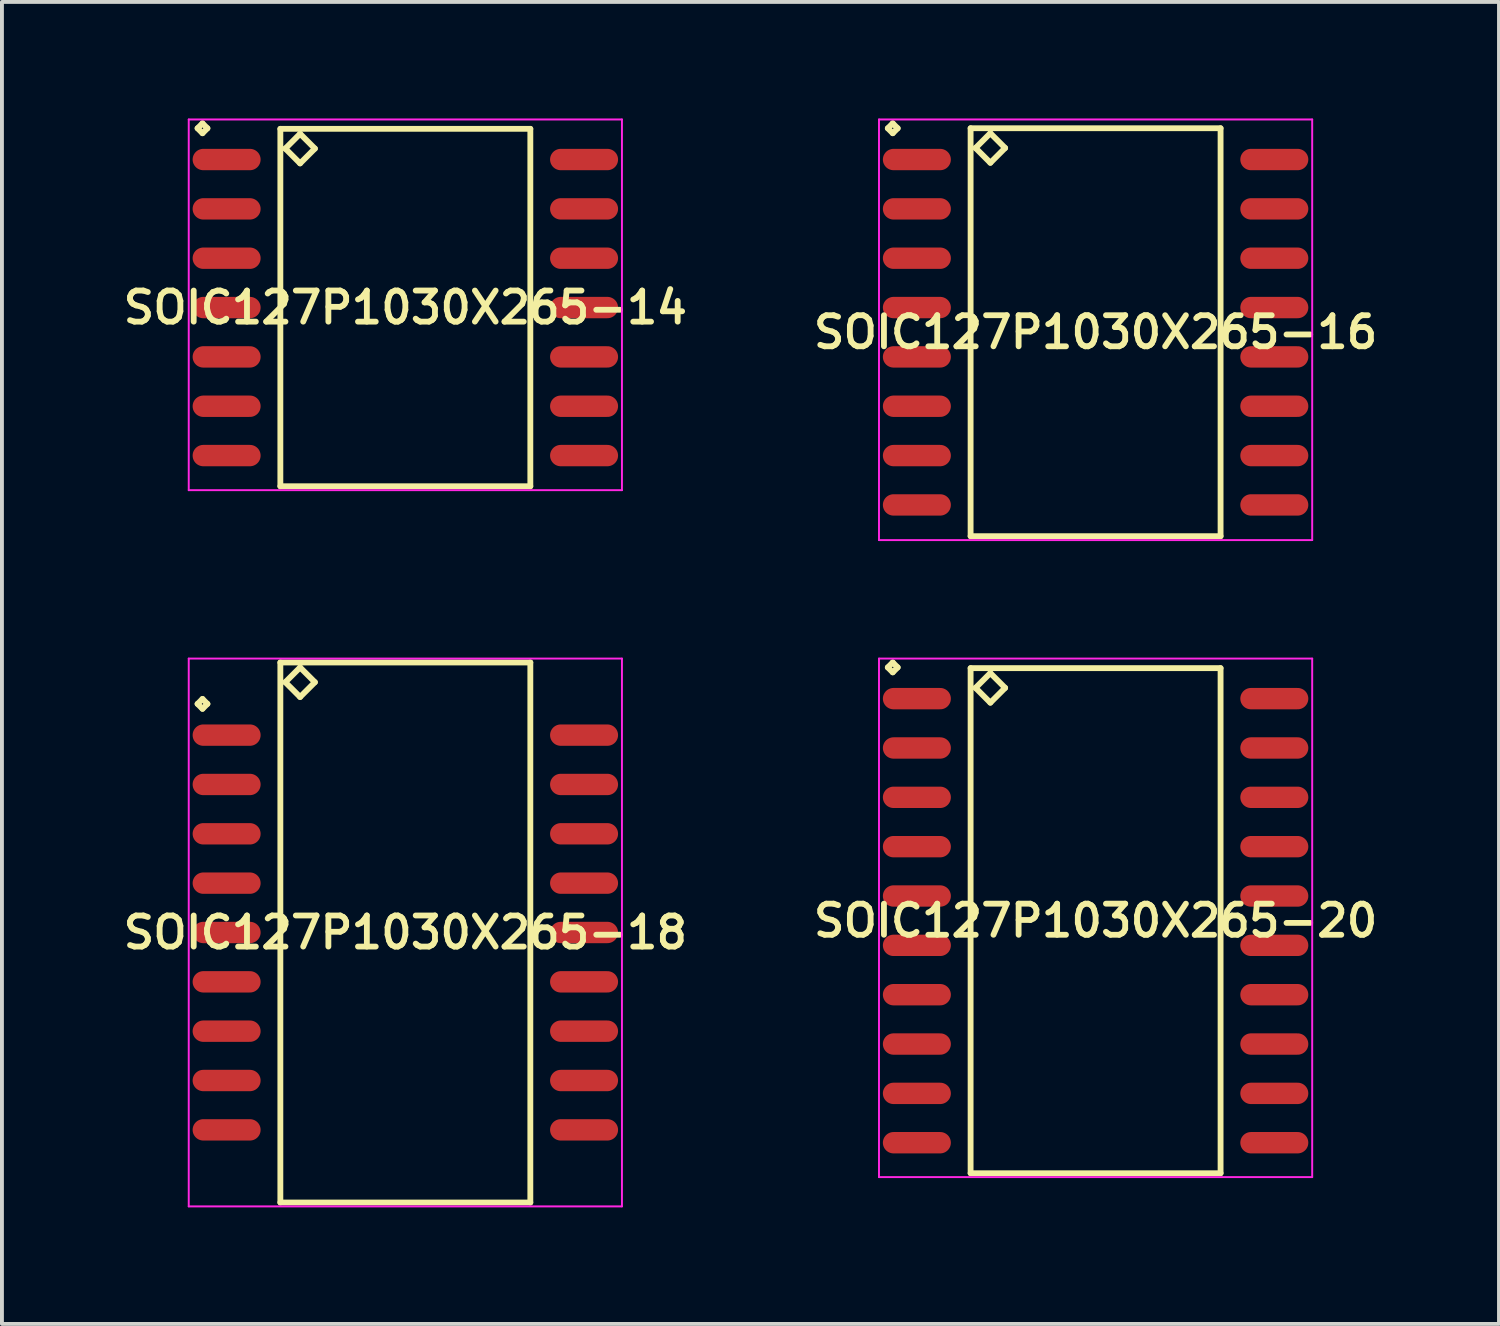
<source format=kicad_pcb>
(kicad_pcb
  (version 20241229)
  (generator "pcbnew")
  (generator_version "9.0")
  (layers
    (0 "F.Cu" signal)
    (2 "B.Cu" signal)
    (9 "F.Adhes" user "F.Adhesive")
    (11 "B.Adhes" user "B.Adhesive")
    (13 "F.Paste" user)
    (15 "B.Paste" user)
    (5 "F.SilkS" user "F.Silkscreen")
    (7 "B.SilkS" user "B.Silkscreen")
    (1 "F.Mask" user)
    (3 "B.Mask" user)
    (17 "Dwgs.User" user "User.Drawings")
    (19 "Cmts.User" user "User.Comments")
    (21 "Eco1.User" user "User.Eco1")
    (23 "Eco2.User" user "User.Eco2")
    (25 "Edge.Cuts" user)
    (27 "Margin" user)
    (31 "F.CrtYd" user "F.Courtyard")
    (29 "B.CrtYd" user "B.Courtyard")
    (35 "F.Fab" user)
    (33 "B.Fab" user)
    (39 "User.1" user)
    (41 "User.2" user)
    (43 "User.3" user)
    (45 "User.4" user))
  (footprint "SOIC127P1030X265-18"
    (layer "F.Cu")
    (at 7.383 20.951)
    (property "Reference" "SOIC127P1030X265-18" (at 0 0 0) (layer "F.SilkS") (effects (font (size 0.8 0.8) (thickness 0.15))))
    (attr smd)
    (fp_line (start -5.348 -5.884) (end -5.221 -6.011) (stroke (width 0.15) (type solid)) (layer "F.SilkS"))
    (fp_line (start -5.221 -6.011) (end -5.094 -5.884) (stroke (width 0.15) (type solid)) (layer "F.SilkS"))
    (fp_line (start -5.221 -5.757) (end -5.348 -5.884) (stroke (width 0.15) (type solid)) (layer "F.SilkS"))
    (fp_line (start -5.094 -5.884) (end -5.221 -5.757) (stroke (width 0.15) (type solid)) (layer "F.SilkS"))
    (fp_line (start -3.217 -6.95) (end -3.217 6.95) (stroke (width 0.15) (type solid)) (layer "F.SilkS"))
    (fp_line (start -3.217 6.95) (end 3.217 6.95) (stroke (width 0.15) (type solid)) (layer "F.SilkS"))
    (fp_line (start -3.09 -6.442) (end -2.709 -6.823) (stroke (width 0.15) (type solid)) (layer "F.SilkS"))
    (fp_line (start -2.709 -6.823) (end -2.328 -6.442) (stroke (width 0.15) (type solid)) (layer "F.SilkS"))
    (fp_line (start -2.709 -6.061) (end -3.09 -6.442) (stroke (width 0.15) (type solid)) (layer "F.SilkS"))
    (fp_line (start -2.328 -6.442) (end -2.709 -6.061) (stroke (width 0.15) (type solid)) (layer "F.SilkS"))
    (fp_line (start 3.217 -6.95) (end -3.217 -6.95) (stroke (width 0.15) (type solid)) (layer "F.SilkS"))
    (fp_line (start 3.217 6.95) (end 3.217 -6.95) (stroke (width 0.15) (type solid)) (layer "F.SilkS"))
    (fp_line (start -5.575 -7.05) (end 5.575 -7.05) (stroke (width 0.05) (type solid)) (layer "F.CrtYd"))
    (fp_line (start -5.575 7.05) (end -5.575 -7.05) (stroke (width 0.05) (type solid)) (layer "F.CrtYd"))
    (fp_line (start 5.575 -7.05) (end 5.575 7.05) (stroke (width 0.05) (type solid)) (layer "F.CrtYd"))
    (fp_line (start 5.575 7.05) (end -5.575 7.05) (stroke (width 0.05) (type solid)) (layer "F.CrtYd"))
    (pad "1" smd oval (at -4.6 -5.08) (size 1.75 0.55) (layers "F.Cu" "F.Mask" "F.Paste"))
    (pad "2" smd oval (at -4.6 -3.81) (size 1.75 0.55) (layers "F.Cu" "F.Mask" "F.Paste"))
    (pad "3" smd oval (at -4.6 -2.54) (size 1.75 0.55) (layers "F.Cu" "F.Mask" "F.Paste"))
    (pad "4" smd oval (at -4.6 -1.27) (size 1.75 0.55) (layers "F.Cu" "F.Mask" "F.Paste"))
    (pad "5" smd oval (at -4.6 0) (size 1.75 0.55) (layers "F.Cu" "F.Mask" "F.Paste"))
    (pad "6" smd oval (at -4.6 1.27) (size 1.75 0.55) (layers "F.Cu" "F.Mask" "F.Paste"))
    (pad "7" smd oval (at -4.6 2.54) (size 1.75 0.55) (layers "F.Cu" "F.Mask" "F.Paste"))
    (pad "8" smd oval (at -4.6 3.81) (size 1.75 0.55) (layers "F.Cu" "F.Mask" "F.Paste"))
    (pad "9" smd oval (at -4.6 5.08) (size 1.75 0.55) (layers "F.Cu" "F.Mask" "F.Paste"))
    (pad "10" smd oval (at 4.6 5.08) (size 1.75 0.55) (layers "F.Cu" "F.Mask" "F.Paste"))
    (pad "11" smd oval (at 4.6 3.81) (size 1.75 0.55) (layers "F.Cu" "F.Mask" "F.Paste"))
    (pad "12" smd oval (at 4.6 2.54) (size 1.75 0.55) (layers "F.Cu" "F.Mask" "F.Paste"))
    (pad "13" smd oval (at 4.6 1.27) (size 1.75 0.55) (layers "F.Cu" "F.Mask" "F.Paste"))
    (pad "14" smd oval (at 4.6 0) (size 1.75 0.55) (layers "F.Cu" "F.Mask" "F.Paste"))
    (pad "15" smd oval (at 4.6 -1.27) (size 1.75 0.55) (layers "F.Cu" "F.Mask" "F.Paste"))
    (pad "16" smd oval (at 4.6 -2.54) (size 1.75 0.55) (layers "F.Cu" "F.Mask" "F.Paste"))
    (pad "17" smd oval (at 4.6 -3.81) (size 1.75 0.55) (layers "F.Cu" "F.Mask" "F.Paste"))
    (pad "18" smd oval (at 4.6 -5.08) (size 1.75 0.55) (layers "F.Cu" "F.Mask" "F.Paste")))
  (footprint "SOIC127P1030X265-14"
    (layer "F.Cu")
    (at 7.383 4.866)
    (property "Reference" "SOIC127P1030X265-14" (at 0 0 0) (layer "F.SilkS") (effects (font (size 0.8 0.8) (thickness 0.15))))
    (attr smd)
    (fp_line (start -5.348 -4.614) (end -5.221 -4.741) (stroke (width 0.15) (type solid)) (layer "F.SilkS"))
    (fp_line (start -5.221 -4.741) (end -5.094 -4.614) (stroke (width 0.15) (type solid)) (layer "F.SilkS"))
    (fp_line (start -5.221 -4.487) (end -5.348 -4.614) (stroke (width 0.15) (type solid)) (layer "F.SilkS"))
    (fp_line (start -5.094 -4.614) (end -5.221 -4.487) (stroke (width 0.15) (type solid)) (layer "F.SilkS"))
    (fp_line (start -3.217 -4.6) (end -3.217 4.6) (stroke (width 0.15) (type solid)) (layer "F.SilkS"))
    (fp_line (start -3.217 4.6) (end 3.217 4.6) (stroke (width 0.15) (type solid)) (layer "F.SilkS"))
    (fp_line (start -3.09 -4.092) (end -2.709 -4.473) (stroke (width 0.15) (type solid)) (layer "F.SilkS"))
    (fp_line (start -2.709 -4.473) (end -2.328 -4.092) (stroke (width 0.15) (type solid)) (layer "F.SilkS"))
    (fp_line (start -2.709 -3.711) (end -3.09 -4.092) (stroke (width 0.15) (type solid)) (layer "F.SilkS"))
    (fp_line (start -2.328 -4.092) (end -2.709 -3.711) (stroke (width 0.15) (type solid)) (layer "F.SilkS"))
    (fp_line (start 3.217 -4.6) (end -3.217 -4.6) (stroke (width 0.15) (type solid)) (layer "F.SilkS"))
    (fp_line (start 3.217 4.6) (end 3.217 -4.6) (stroke (width 0.15) (type solid)) (layer "F.SilkS"))
    (fp_line (start -5.575 -4.841) (end 5.575 -4.841) (stroke (width 0.05) (type solid)) (layer "F.CrtYd"))
    (fp_line (start -5.575 4.7) (end -5.575 -4.841) (stroke (width 0.05) (type solid)) (layer "F.CrtYd"))
    (fp_line (start 5.575 -4.841) (end 5.575 4.7) (stroke (width 0.05) (type solid)) (layer "F.CrtYd"))
    (fp_line (start 5.575 4.7) (end -5.575 4.7) (stroke (width 0.05) (type solid)) (layer "F.CrtYd"))
    (pad "1" smd oval (at -4.6 -3.81) (size 1.75 0.55) (layers "F.Cu" "F.Mask" "F.Paste"))
    (pad "2" smd oval (at -4.6 -2.54) (size 1.75 0.55) (layers "F.Cu" "F.Mask" "F.Paste"))
    (pad "3" smd oval (at -4.6 -1.27) (size 1.75 0.55) (layers "F.Cu" "F.Mask" "F.Paste"))
    (pad "4" smd oval (at -4.6 0) (size 1.75 0.55) (layers "F.Cu" "F.Mask" "F.Paste"))
    (pad "5" smd oval (at -4.6 1.27) (size 1.75 0.55) (layers "F.Cu" "F.Mask" "F.Paste"))
    (pad "6" smd oval (at -4.6 2.54) (size 1.75 0.55) (layers "F.Cu" "F.Mask" "F.Paste"))
    (pad "7" smd oval (at -4.6 3.81) (size 1.75 0.55) (layers "F.Cu" "F.Mask" "F.Paste"))
    (pad "8" smd oval (at 4.6 3.81) (size 1.75 0.55) (layers "F.Cu" "F.Mask" "F.Paste"))
    (pad "9" smd oval (at 4.6 2.54) (size 1.75 0.55) (layers "F.Cu" "F.Mask" "F.Paste"))
    (pad "10" smd oval (at 4.6 1.27) (size 1.75 0.55) (layers "F.Cu" "F.Mask" "F.Paste"))
    (pad "11" smd oval (at 4.6 0) (size 1.75 0.55) (layers "F.Cu" "F.Mask" "F.Paste"))
    (pad "12" smd oval (at 4.6 -1.27) (size 1.75 0.55) (layers "F.Cu" "F.Mask" "F.Paste"))
    (pad "13" smd oval (at 4.6 -2.54) (size 1.75 0.55) (layers "F.Cu" "F.Mask" "F.Paste"))
    (pad "14" smd oval (at 4.6 -3.81) (size 1.75 0.55) (layers "F.Cu" "F.Mask" "F.Paste")))
  (footprint "SOIC127P1030X265-16"
    (layer "F.Cu")
    (at 25.149 5.501)
    (property "Reference" "SOIC127P1030X265-16" (at 0 0 0) (layer "F.SilkS") (effects (font (size 0.8 0.8) (thickness 0.15))))
    (attr smd)
    (fp_line (start -5.348 -5.249) (end -5.221 -5.376) (stroke (width 0.15) (type solid)) (layer "F.SilkS"))
    (fp_line (start -5.221 -5.376) (end -5.094 -5.249) (stroke (width 0.15) (type solid)) (layer "F.SilkS"))
    (fp_line (start -5.221 -5.122) (end -5.348 -5.249) (stroke (width 0.15) (type solid)) (layer "F.SilkS"))
    (fp_line (start -5.094 -5.249) (end -5.221 -5.122) (stroke (width 0.15) (type solid)) (layer "F.SilkS"))
    (fp_line (start -3.217 -5.25) (end -3.217 5.25) (stroke (width 0.15) (type solid)) (layer "F.SilkS"))
    (fp_line (start -3.217 5.25) (end 3.217 5.25) (stroke (width 0.15) (type solid)) (layer "F.SilkS"))
    (fp_line (start -3.09 -4.742) (end -2.709 -5.123) (stroke (width 0.15) (type solid)) (layer "F.SilkS"))
    (fp_line (start -2.709 -5.123) (end -2.328 -4.742) (stroke (width 0.15) (type solid)) (layer "F.SilkS"))
    (fp_line (start -2.709 -4.361) (end -3.09 -4.742) (stroke (width 0.15) (type solid)) (layer "F.SilkS"))
    (fp_line (start -2.328 -4.742) (end -2.709 -4.361) (stroke (width 0.15) (type solid)) (layer "F.SilkS"))
    (fp_line (start 3.217 -5.25) (end -3.217 -5.25) (stroke (width 0.15) (type solid)) (layer "F.SilkS"))
    (fp_line (start 3.217 5.25) (end 3.217 -5.25) (stroke (width 0.15) (type solid)) (layer "F.SilkS"))
    (fp_line (start -5.575 -5.476) (end 5.575 -5.476) (stroke (width 0.05) (type solid)) (layer "F.CrtYd"))
    (fp_line (start -5.575 5.35) (end -5.575 -5.476) (stroke (width 0.05) (type solid)) (layer "F.CrtYd"))
    (fp_line (start 5.575 -5.476) (end 5.575 5.35) (stroke (width 0.05) (type solid)) (layer "F.CrtYd"))
    (fp_line (start 5.575 5.35) (end -5.575 5.35) (stroke (width 0.05) (type solid)) (layer "F.CrtYd"))
    (pad "1" smd oval (at -4.6 -4.445) (size 1.75 0.55) (layers "F.Cu" "F.Mask" "F.Paste"))
    (pad "2" smd oval (at -4.6 -3.175) (size 1.75 0.55) (layers "F.Cu" "F.Mask" "F.Paste"))
    (pad "3" smd oval (at -4.6 -1.905) (size 1.75 0.55) (layers "F.Cu" "F.Mask" "F.Paste"))
    (pad "4" smd oval (at -4.6 -0.635) (size 1.75 0.55) (layers "F.Cu" "F.Mask" "F.Paste"))
    (pad "5" smd oval (at -4.6 0.635) (size 1.75 0.55) (layers "F.Cu" "F.Mask" "F.Paste"))
    (pad "6" smd oval (at -4.6 1.905) (size 1.75 0.55) (layers "F.Cu" "F.Mask" "F.Paste"))
    (pad "7" smd oval (at -4.6 3.175) (size 1.75 0.55) (layers "F.Cu" "F.Mask" "F.Paste"))
    (pad "8" smd oval (at -4.6 4.445) (size 1.75 0.55) (layers "F.Cu" "F.Mask" "F.Paste"))
    (pad "9" smd oval (at 4.6 4.445) (size 1.75 0.55) (layers "F.Cu" "F.Mask" "F.Paste"))
    (pad "10" smd oval (at 4.6 3.175) (size 1.75 0.55) (layers "F.Cu" "F.Mask" "F.Paste"))
    (pad "11" smd oval (at 4.6 1.905) (size 1.75 0.55) (layers "F.Cu" "F.Mask" "F.Paste"))
    (pad "12" smd oval (at 4.6 0.635) (size 1.75 0.55) (layers "F.Cu" "F.Mask" "F.Paste"))
    (pad "13" smd oval (at 4.6 -0.635) (size 1.75 0.55) (layers "F.Cu" "F.Mask" "F.Paste"))
    (pad "14" smd oval (at 4.6 -1.905) (size 1.75 0.55) (layers "F.Cu" "F.Mask" "F.Paste"))
    (pad "15" smd oval (at 4.6 -3.175) (size 1.75 0.55) (layers "F.Cu" "F.Mask" "F.Paste"))
    (pad "16" smd oval (at 4.6 -4.445) (size 1.75 0.55) (layers "F.Cu" "F.Mask" "F.Paste")))
  (footprint "SOIC127P1030X265-20"
    (layer "F.Cu")
    (at 25.149 20.647)
    (property "Reference" "SOIC127P1030X265-20" (at 0 0 0) (layer "F.SilkS") (effects (font (size 0.8 0.8) (thickness 0.15))))
    (attr smd)
    (fp_line (start -5.348 -6.519) (end -5.221 -6.646) (stroke (width 0.15) (type solid)) (layer "F.SilkS"))
    (fp_line (start -5.221 -6.646) (end -5.094 -6.519) (stroke (width 0.15) (type solid)) (layer "F.SilkS"))
    (fp_line (start -5.221 -6.392) (end -5.348 -6.519) (stroke (width 0.15) (type solid)) (layer "F.SilkS"))
    (fp_line (start -5.094 -6.519) (end -5.221 -6.392) (stroke (width 0.15) (type solid)) (layer "F.SilkS"))
    (fp_line (start -3.217 -6.5) (end -3.217 6.5) (stroke (width 0.15) (type solid)) (layer "F.SilkS"))
    (fp_line (start -3.217 6.5) (end 3.217 6.5) (stroke (width 0.15) (type solid)) (layer "F.SilkS"))
    (fp_line (start -3.09 -5.992) (end -2.709 -6.373) (stroke (width 0.15) (type solid)) (layer "F.SilkS"))
    (fp_line (start -2.709 -6.373) (end -2.328 -5.992) (stroke (width 0.15) (type solid)) (layer "F.SilkS"))
    (fp_line (start -2.709 -5.611) (end -3.09 -5.992) (stroke (width 0.15) (type solid)) (layer "F.SilkS"))
    (fp_line (start -2.328 -5.992) (end -2.709 -5.611) (stroke (width 0.15) (type solid)) (layer "F.SilkS"))
    (fp_line (start 3.217 -6.5) (end -3.217 -6.5) (stroke (width 0.15) (type solid)) (layer "F.SilkS"))
    (fp_line (start 3.217 6.5) (end 3.217 -6.5) (stroke (width 0.15) (type solid)) (layer "F.SilkS"))
    (fp_line (start -5.575 -6.746) (end 5.575 -6.746) (stroke (width 0.05) (type solid)) (layer "F.CrtYd"))
    (fp_line (start -5.575 6.6) (end -5.575 -6.746) (stroke (width 0.05) (type solid)) (layer "F.CrtYd"))
    (fp_line (start 5.575 -6.746) (end 5.575 6.6) (stroke (width 0.05) (type solid)) (layer "F.CrtYd"))
    (fp_line (start 5.575 6.6) (end -5.575 6.6) (stroke (width 0.05) (type solid)) (layer "F.CrtYd"))
    (pad "1" smd oval (at -4.6 -5.715) (size 1.75 0.55) (layers "F.Cu" "F.Mask" "F.Paste"))
    (pad "2" smd oval (at -4.6 -4.445) (size 1.75 0.55) (layers "F.Cu" "F.Mask" "F.Paste"))
    (pad "3" smd oval (at -4.6 -3.175) (size 1.75 0.55) (layers "F.Cu" "F.Mask" "F.Paste"))
    (pad "4" smd oval (at -4.6 -1.905) (size 1.75 0.55) (layers "F.Cu" "F.Mask" "F.Paste"))
    (pad "5" smd oval (at -4.6 -0.635) (size 1.75 0.55) (layers "F.Cu" "F.Mask" "F.Paste"))
    (pad "6" smd oval (at -4.6 0.635) (size 1.75 0.55) (layers "F.Cu" "F.Mask" "F.Paste"))
    (pad "7" smd oval (at -4.6 1.905) (size 1.75 0.55) (layers "F.Cu" "F.Mask" "F.Paste"))
    (pad "8" smd oval (at -4.6 3.175) (size 1.75 0.55) (layers "F.Cu" "F.Mask" "F.Paste"))
    (pad "9" smd oval (at -4.6 4.445) (size 1.75 0.55) (layers "F.Cu" "F.Mask" "F.Paste"))
    (pad "10" smd oval (at -4.6 5.715) (size 1.75 0.55) (layers "F.Cu" "F.Mask" "F.Paste"))
    (pad "11" smd oval (at 4.6 5.715) (size 1.75 0.55) (layers "F.Cu" "F.Mask" "F.Paste"))
    (pad "12" smd oval (at 4.6 4.445) (size 1.75 0.55) (layers "F.Cu" "F.Mask" "F.Paste"))
    (pad "13" smd oval (at 4.6 3.175) (size 1.75 0.55) (layers "F.Cu" "F.Mask" "F.Paste"))
    (pad "14" smd oval (at 4.6 1.905) (size 1.75 0.55) (layers "F.Cu" "F.Mask" "F.Paste"))
    (pad "15" smd oval (at 4.6 0.635) (size 1.75 0.55) (layers "F.Cu" "F.Mask" "F.Paste"))
    (pad "16" smd oval (at 4.6 -0.635) (size 1.75 0.55) (layers "F.Cu" "F.Mask" "F.Paste"))
    (pad "17" smd oval (at 4.6 -1.905) (size 1.75 0.55) (layers "F.Cu" "F.Mask" "F.Paste"))
    (pad "18" smd oval (at 4.6 -3.175) (size 1.75 0.55) (layers "F.Cu" "F.Mask" "F.Paste"))
    (pad "19" smd oval (at 4.6 -4.445) (size 1.75 0.55) (layers "F.Cu" "F.Mask" "F.Paste"))
    (pad "20" smd oval (at 4.6 -5.715) (size 1.75 0.55) (layers "F.Cu" "F.Mask" "F.Paste")))
  (gr_rect
    (start -3 -3)
    (end 35.532 31.026)
    (stroke (width 0.1) (type default))
    (fill no)
    (layer "Edge.Cuts")))
</source>
